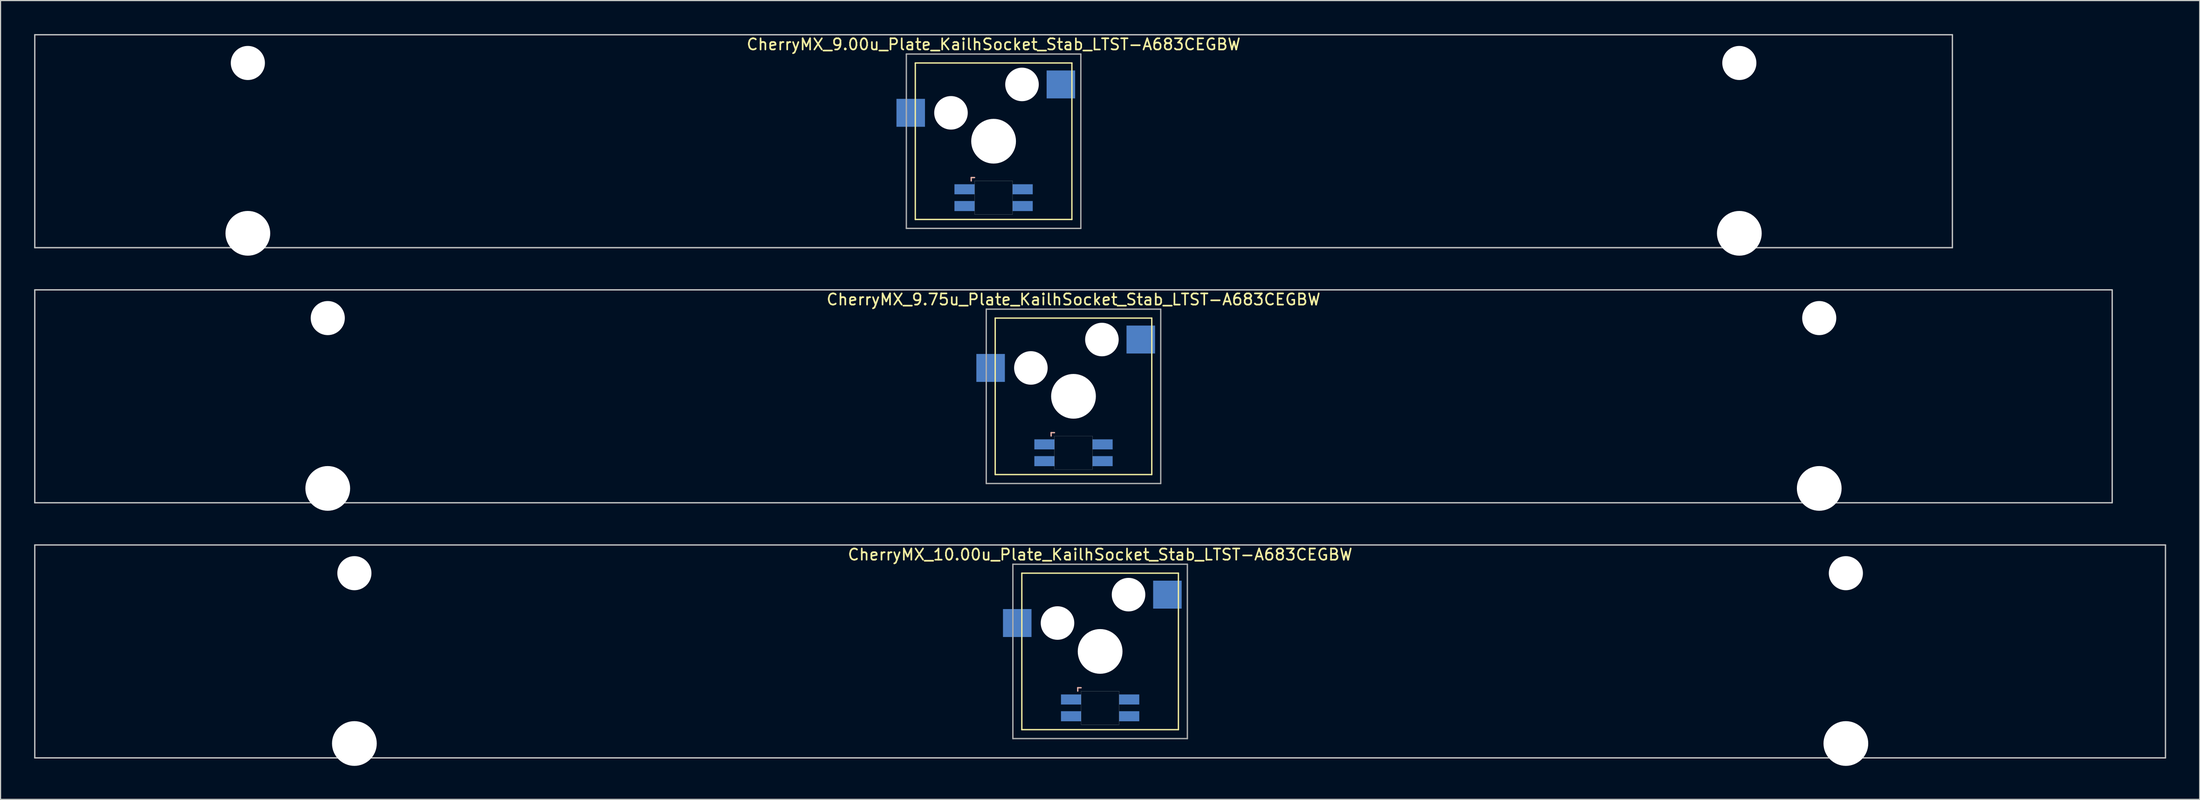
<source format=kicad_pcb>
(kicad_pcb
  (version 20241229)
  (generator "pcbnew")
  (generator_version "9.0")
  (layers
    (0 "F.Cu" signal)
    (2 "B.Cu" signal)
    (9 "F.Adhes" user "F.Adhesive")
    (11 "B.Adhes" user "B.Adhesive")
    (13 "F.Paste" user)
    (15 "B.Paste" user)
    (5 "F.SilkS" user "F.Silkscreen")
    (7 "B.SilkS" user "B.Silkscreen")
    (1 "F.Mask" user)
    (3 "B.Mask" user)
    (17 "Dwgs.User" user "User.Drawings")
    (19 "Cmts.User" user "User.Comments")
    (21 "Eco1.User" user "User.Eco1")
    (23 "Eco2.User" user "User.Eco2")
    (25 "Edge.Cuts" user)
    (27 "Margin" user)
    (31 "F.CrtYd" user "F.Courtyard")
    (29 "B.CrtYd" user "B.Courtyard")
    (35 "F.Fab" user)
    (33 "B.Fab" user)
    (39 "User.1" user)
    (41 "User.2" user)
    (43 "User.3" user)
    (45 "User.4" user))
  (footprint "CherryMX_9.75u_Plate_KailhSocket_Stab_LTST-A683CEGBW"
    (layer "F.Cu")
    (at 92.929 32.41)
    (property "Reference" "CherryMX_9.75u_Plate_KailhSocket_Stab_LTST-A683CEGBW" (at 0 -8.662 0) (layer "F.SilkS") (effects (font (size 1 1) (thickness 0.15))))
    (attr through_hole)
    (fp_line (start -7 -7) (end -7 7) (stroke (width 0.12) (type solid)) (layer "F.SilkS"))
    (fp_line (start -7 -7) (end 7 -7) (stroke (width 0.12) (type solid)) (layer "F.SilkS"))
    (fp_line (start 7 -7) (end 7 7) (stroke (width 0.12) (type solid)) (layer "F.SilkS"))
    (fp_line (start 7 7) (end -7 7) (stroke (width 0.12) (type solid)) (layer "F.SilkS"))
    (fp_line (start -2 3.25) (end -2 3.55) (stroke (width 0.12) (type solid)) (layer "B.SilkS"))
    (fp_line (start -1.7 3.25) (end -2 3.25) (stroke (width 0.12) (type solid)) (layer "B.SilkS"))
    (fp_line (start -92.869 -9.525) (end 92.869 -9.525) (stroke (width 0.12) (type solid)) (layer "Dwgs.User"))
    (fp_line (start -92.869 9.525) (end -92.869 -9.525) (stroke (width 0.12) (type solid)) (layer "Dwgs.User"))
    (fp_line (start 92.869 -9.525) (end 92.869 9.525) (stroke (width 0.12) (type solid)) (layer "Dwgs.User"))
    (fp_line (start 92.869 9.525) (end -92.869 9.525) (stroke (width 0.12) (type solid)) (layer "Dwgs.User"))
    (fp_poly (pts (xy 1.7 6.55) (xy -1.7 6.55) (xy -1.7 3.55) (xy 1.7 3.55)) (stroke (width 0.01) (type solid)) (fill no) (layer "Edge.Cuts"))
    (fp_line (start -7.8 -7.8) (end -7.8 7.8) (stroke (width 0.12) (type solid)) (layer "F.Fab"))
    (fp_line (start -7.8 -7.8) (end 7.8 -7.8) (stroke (width 0.12) (type solid)) (layer "F.Fab"))
    (fp_line (start -7.8 7.8) (end 7.8 7.8) (stroke (width 0.12) (type solid)) (layer "F.Fab"))
    (fp_line (start 7.8 -7.8) (end 7.8 7.8) (stroke (width 0.12) (type solid)) (layer "F.Fab"))
    (pad "" np_thru_hole circle (at -66.675 -7) (size 3.05 3.05) (drill 3.05) (layers "*.Cu" "*.Mask"))
    (pad "" np_thru_hole circle (at -66.675 8.24) (size 4 4) (drill 4) (layers "*.Cu" "*.Mask"))
    (pad "" np_thru_hole circle (at -3.81 -2.54) (size 3 3) (drill 3) (layers "*.Cu" "*.Mask"))
    (pad "" np_thru_hole circle (at 0 0) (size 4 4) (drill 4) (layers "*.Cu" "*.Mask"))
    (pad "" np_thru_hole circle (at 2.54 -5.08) (size 3 3) (drill 3) (layers "*.Cu" "*.Mask"))
    (pad "" np_thru_hole circle (at 66.675 -7) (size 3.05 3.05) (drill 3.05) (layers "*.Cu" "*.Mask"))
    (pad "" np_thru_hole circle (at 66.675 8.24) (size 4 4) (drill 4) (layers "*.Cu" "*.Mask"))
    (pad "1" smd rect (at -7.41 -2.54) (size 2.55 2.5) (layers "B.Cu" "B.Mask" "B.Paste"))
    (pad "2" smd rect (at 6.015 -5.08) (size 2.55 2.5) (layers "B.Cu" "B.Mask" "B.Paste"))
    (pad "3" smd rect (at -2.6 4.3) (size 1.8 0.9) (layers "B.Cu" "B.Mask" "B.Paste"))
    (pad "4" smd rect (at -2.6 5.8) (size 1.8 0.9) (layers "B.Cu" "B.Mask" "B.Paste"))
    (pad "5" smd rect (at 2.6 4.3) (size 1.8 0.9) (layers "B.Cu" "B.Mask" "B.Paste"))
    (pad "6" smd rect (at 2.6 5.8) (size 1.8 0.9) (layers "B.Cu" "B.Mask" "B.Paste")))
  (footprint "CherryMX_9.00u_Plate_KailhSocket_Stab_LTST-A683CEGBW"
    (layer "F.Cu")
    (at 85.785 9.585)
    (property "Reference" "CherryMX_9.00u_Plate_KailhSocket_Stab_LTST-A683CEGBW" (at 0 -8.662 0) (layer "F.SilkS") (effects (font (size 1 1) (thickness 0.15))))
    (attr through_hole)
    (fp_line (start -7 -7) (end -7 7) (stroke (width 0.12) (type solid)) (layer "F.SilkS"))
    (fp_line (start -7 -7) (end 7 -7) (stroke (width 0.12) (type solid)) (layer "F.SilkS"))
    (fp_line (start 7 -7) (end 7 7) (stroke (width 0.12) (type solid)) (layer "F.SilkS"))
    (fp_line (start 7 7) (end -7 7) (stroke (width 0.12) (type solid)) (layer "F.SilkS"))
    (fp_line (start -2 3.25) (end -2 3.55) (stroke (width 0.12) (type solid)) (layer "B.SilkS"))
    (fp_line (start -1.7 3.25) (end -2 3.25) (stroke (width 0.12) (type solid)) (layer "B.SilkS"))
    (fp_line (start -85.725 -9.525) (end 85.725 -9.525) (stroke (width 0.12) (type solid)) (layer "Dwgs.User"))
    (fp_line (start -85.725 9.525) (end -85.725 -9.525) (stroke (width 0.12) (type solid)) (layer "Dwgs.User"))
    (fp_line (start 85.725 -9.525) (end 85.725 9.525) (stroke (width 0.12) (type solid)) (layer "Dwgs.User"))
    (fp_line (start 85.725 9.525) (end -85.725 9.525) (stroke (width 0.12) (type solid)) (layer "Dwgs.User"))
    (fp_poly (pts (xy 1.7 6.55) (xy -1.7 6.55) (xy -1.7 3.55) (xy 1.7 3.55)) (stroke (width 0.01) (type solid)) (fill no) (layer "Edge.Cuts"))
    (fp_line (start -7.8 -7.8) (end -7.8 7.8) (stroke (width 0.12) (type solid)) (layer "F.Fab"))
    (fp_line (start -7.8 -7.8) (end 7.8 -7.8) (stroke (width 0.12) (type solid)) (layer "F.Fab"))
    (fp_line (start -7.8 7.8) (end 7.8 7.8) (stroke (width 0.12) (type solid)) (layer "F.Fab"))
    (fp_line (start 7.8 -7.8) (end 7.8 7.8) (stroke (width 0.12) (type solid)) (layer "F.Fab"))
    (pad "" np_thru_hole circle (at -66.675 -7) (size 3.05 3.05) (drill 3.05) (layers "*.Cu" "*.Mask"))
    (pad "" np_thru_hole circle (at -66.675 8.24) (size 4 4) (drill 4) (layers "*.Cu" "*.Mask"))
    (pad "" np_thru_hole circle (at -3.81 -2.54) (size 3 3) (drill 3) (layers "*.Cu" "*.Mask"))
    (pad "" np_thru_hole circle (at 0 0) (size 4 4) (drill 4) (layers "*.Cu" "*.Mask"))
    (pad "" np_thru_hole circle (at 2.54 -5.08) (size 3 3) (drill 3) (layers "*.Cu" "*.Mask"))
    (pad "" np_thru_hole circle (at 66.675 -7) (size 3.05 3.05) (drill 3.05) (layers "*.Cu" "*.Mask"))
    (pad "" np_thru_hole circle (at 66.675 8.24) (size 4 4) (drill 4) (layers "*.Cu" "*.Mask"))
    (pad "1" smd rect (at -7.41 -2.54) (size 2.55 2.5) (layers "B.Cu" "B.Mask" "B.Paste"))
    (pad "2" smd rect (at 6.015 -5.08) (size 2.55 2.5) (layers "B.Cu" "B.Mask" "B.Paste"))
    (pad "3" smd rect (at -2.6 4.3) (size 1.8 0.9) (layers "B.Cu" "B.Mask" "B.Paste"))
    (pad "4" smd rect (at -2.6 5.8) (size 1.8 0.9) (layers "B.Cu" "B.Mask" "B.Paste"))
    (pad "5" smd rect (at 2.6 4.3) (size 1.8 0.9) (layers "B.Cu" "B.Mask" "B.Paste"))
    (pad "6" smd rect (at 2.6 5.8) (size 1.8 0.9) (layers "B.Cu" "B.Mask" "B.Paste")))
  (footprint "CherryMX_10.00u_Plate_KailhSocket_Stab_LTST-A683CEGBW"
    (layer "F.Cu")
    (at 95.31 55.235)
    (property "Reference" "CherryMX_10.00u_Plate_KailhSocket_Stab_LTST-A683CEGBW" (at 0 -8.662 0) (layer "F.SilkS") (effects (font (size 1 1) (thickness 0.15))))
    (attr through_hole)
    (fp_line (start -7 -7) (end -7 7) (stroke (width 0.12) (type solid)) (layer "F.SilkS"))
    (fp_line (start -7 -7) (end 7 -7) (stroke (width 0.12) (type solid)) (layer "F.SilkS"))
    (fp_line (start 7 -7) (end 7 7) (stroke (width 0.12) (type solid)) (layer "F.SilkS"))
    (fp_line (start 7 7) (end -7 7) (stroke (width 0.12) (type solid)) (layer "F.SilkS"))
    (fp_line (start -2 3.25) (end -2 3.55) (stroke (width 0.12) (type solid)) (layer "B.SilkS"))
    (fp_line (start -1.7 3.25) (end -2 3.25) (stroke (width 0.12) (type solid)) (layer "B.SilkS"))
    (fp_line (start -95.25 -9.525) (end 95.25 -9.525) (stroke (width 0.12) (type solid)) (layer "Dwgs.User"))
    (fp_line (start -95.25 9.525) (end -95.25 -9.525) (stroke (width 0.12) (type solid)) (layer "Dwgs.User"))
    (fp_line (start 95.25 -9.525) (end 95.25 9.525) (stroke (width 0.12) (type solid)) (layer "Dwgs.User"))
    (fp_line (start 95.25 9.525) (end -95.25 9.525) (stroke (width 0.12) (type solid)) (layer "Dwgs.User"))
    (fp_poly (pts (xy 1.7 6.55) (xy -1.7 6.55) (xy -1.7 3.55) (xy 1.7 3.55)) (stroke (width 0.01) (type solid)) (fill no) (layer "Edge.Cuts"))
    (fp_line (start -7.8 -7.8) (end -7.8 7.8) (stroke (width 0.12) (type solid)) (layer "F.Fab"))
    (fp_line (start -7.8 -7.8) (end 7.8 -7.8) (stroke (width 0.12) (type solid)) (layer "F.Fab"))
    (fp_line (start -7.8 7.8) (end 7.8 7.8) (stroke (width 0.12) (type solid)) (layer "F.Fab"))
    (fp_line (start 7.8 -7.8) (end 7.8 7.8) (stroke (width 0.12) (type solid)) (layer "F.Fab"))
    (pad "" np_thru_hole circle (at -66.675 -7) (size 3.05 3.05) (drill 3.05) (layers "*.Cu" "*.Mask"))
    (pad "" np_thru_hole circle (at -66.675 8.24) (size 4 4) (drill 4) (layers "*.Cu" "*.Mask"))
    (pad "" np_thru_hole circle (at -3.81 -2.54) (size 3 3) (drill 3) (layers "*.Cu" "*.Mask"))
    (pad "" np_thru_hole circle (at 0 0) (size 4 4) (drill 4) (layers "*.Cu" "*.Mask"))
    (pad "" np_thru_hole circle (at 2.54 -5.08) (size 3 3) (drill 3) (layers "*.Cu" "*.Mask"))
    (pad "" np_thru_hole circle (at 66.675 -7) (size 3.05 3.05) (drill 3.05) (layers "*.Cu" "*.Mask"))
    (pad "" np_thru_hole circle (at 66.675 8.24) (size 4 4) (drill 4) (layers "*.Cu" "*.Mask"))
    (pad "1" smd rect (at -7.41 -2.54) (size 2.55 2.5) (layers "B.Cu" "B.Mask" "B.Paste"))
    (pad "2" smd rect (at 6.015 -5.08) (size 2.55 2.5) (layers "B.Cu" "B.Mask" "B.Paste"))
    (pad "3" smd rect (at -2.6 4.3) (size 1.8 0.9) (layers "B.Cu" "B.Mask" "B.Paste"))
    (pad "4" smd rect (at -2.6 5.8) (size 1.8 0.9) (layers "B.Cu" "B.Mask" "B.Paste"))
    (pad "5" smd rect (at 2.6 4.3) (size 1.8 0.9) (layers "B.Cu" "B.Mask" "B.Paste"))
    (pad "6" smd rect (at 2.6 5.8) (size 1.8 0.9) (layers "B.Cu" "B.Mask" "B.Paste")))
  (gr_rect
    (start -3 -3)
    (end 193.62 68.475)
    (stroke (width 0.1) (type default))
    (fill no)
    (layer "Edge.Cuts")))
</source>
